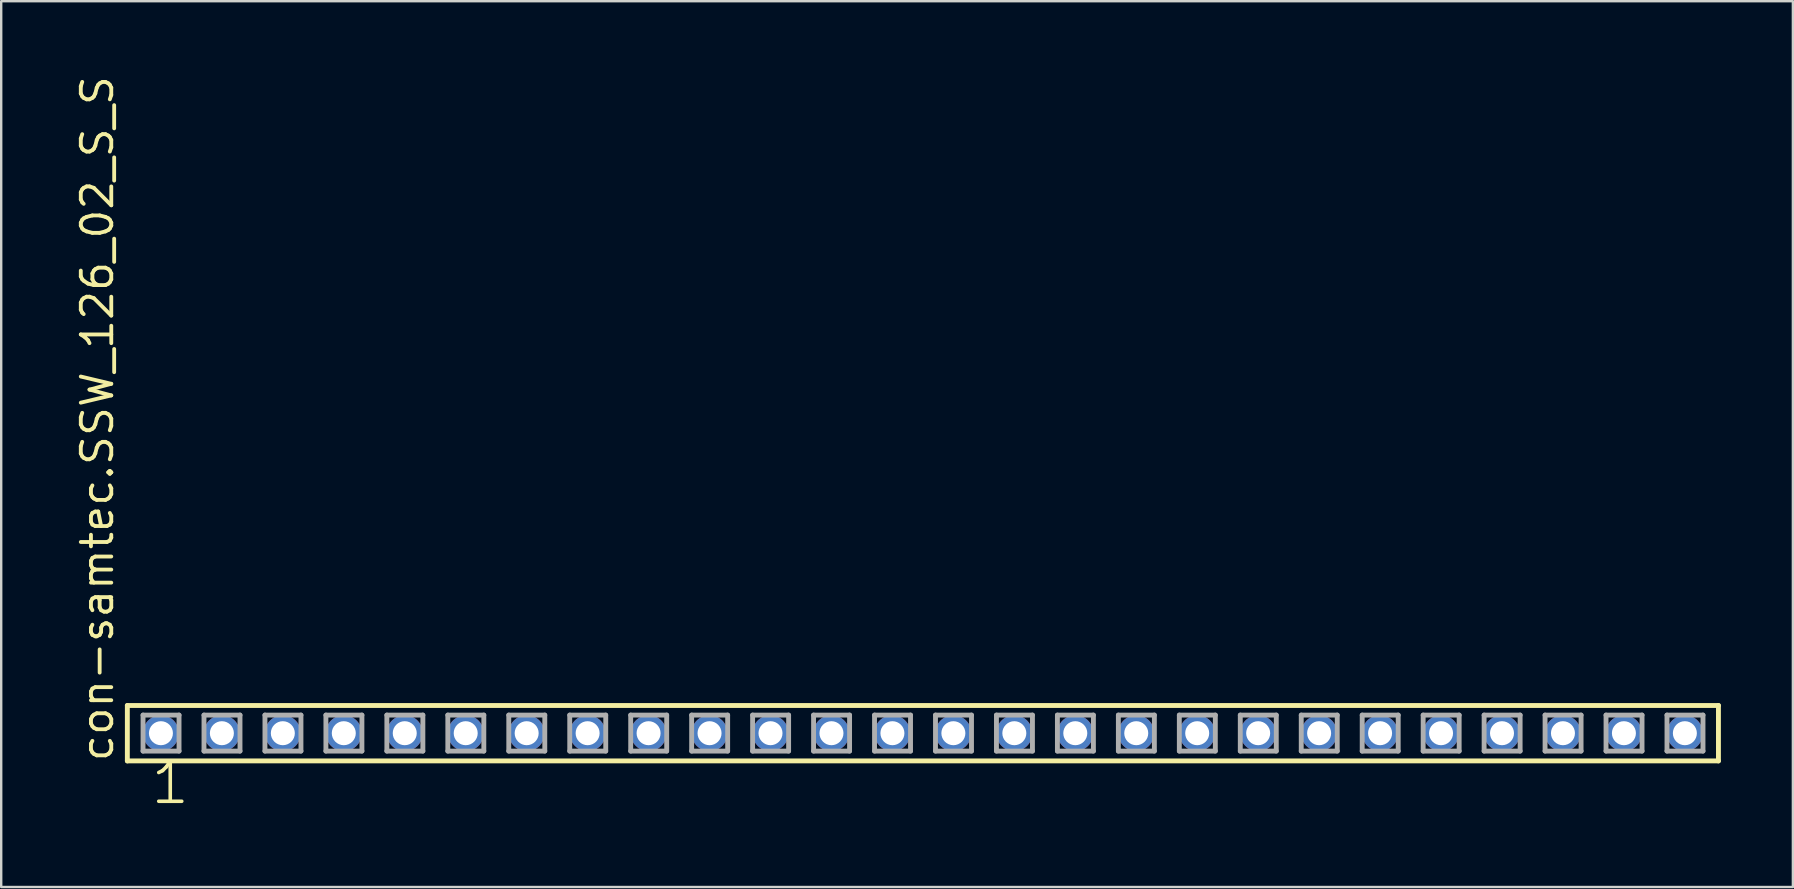
<source format=kicad_pcb>
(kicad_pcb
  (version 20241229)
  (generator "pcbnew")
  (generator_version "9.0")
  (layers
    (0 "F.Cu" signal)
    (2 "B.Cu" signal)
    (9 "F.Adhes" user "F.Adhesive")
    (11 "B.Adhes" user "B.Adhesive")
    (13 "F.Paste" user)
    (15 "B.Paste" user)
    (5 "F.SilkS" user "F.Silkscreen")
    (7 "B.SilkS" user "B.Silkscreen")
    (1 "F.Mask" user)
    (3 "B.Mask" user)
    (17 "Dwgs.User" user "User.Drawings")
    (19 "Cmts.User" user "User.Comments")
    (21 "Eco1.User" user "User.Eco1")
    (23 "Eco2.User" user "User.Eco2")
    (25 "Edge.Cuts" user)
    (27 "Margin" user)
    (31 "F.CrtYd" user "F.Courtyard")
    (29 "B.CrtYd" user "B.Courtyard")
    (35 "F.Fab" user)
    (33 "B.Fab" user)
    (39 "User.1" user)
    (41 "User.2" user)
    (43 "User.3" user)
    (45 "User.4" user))
  (footprint "con-samtec.SSW_126_02_S_S"
    (layer "F.Cu")
    (at 35.405 27.501)
    (property "Reference" "con-samtec.SSW_126_02_S_S" (at -33.655 1.27 90) (layer "F.SilkS") (effects (font (size 1.27 1.27) (thickness 0.16)) (justify left bottom)))
    (attr through_hole)
    (fp_line (start -33.149 -1.155) (end 33.149 -1.155) (stroke (width 0.203) (type default)) (layer "F.SilkS"))
    (fp_line (start -33.149 1.155) (end -33.149 -1.155) (stroke (width 0.203) (type default)) (layer "F.SilkS"))
    (fp_line (start 33.149 -1.155) (end 33.149 1.155) (stroke (width 0.203) (type default)) (layer "F.SilkS"))
    (fp_line (start 33.149 1.155) (end -33.149 1.155) (stroke (width 0.203) (type default)) (layer "F.SilkS"))
    (fp_line (start -32.495 -0.755) (end -30.995 -0.755) (stroke (width 0.203) (type default)) (layer "F.Fab"))
    (fp_line (start -32.495 0.745) (end -32.495 -0.755) (stroke (width 0.203) (type default)) (layer "F.Fab"))
    (fp_line (start -30.995 -0.755) (end -30.995 0.745) (stroke (width 0.203) (type default)) (layer "F.Fab"))
    (fp_line (start -30.995 0.745) (end -32.495 0.745) (stroke (width 0.203) (type default)) (layer "F.Fab"))
    (fp_line (start -29.955 -0.755) (end -28.455 -0.755) (stroke (width 0.203) (type default)) (layer "F.Fab"))
    (fp_line (start -29.955 0.745) (end -29.955 -0.755) (stroke (width 0.203) (type default)) (layer "F.Fab"))
    (fp_line (start -28.455 -0.755) (end -28.455 0.745) (stroke (width 0.203) (type default)) (layer "F.Fab"))
    (fp_line (start -28.455 0.745) (end -29.955 0.745) (stroke (width 0.203) (type default)) (layer "F.Fab"))
    (fp_line (start -27.415 -0.755) (end -25.915 -0.755) (stroke (width 0.203) (type default)) (layer "F.Fab"))
    (fp_line (start -27.415 0.745) (end -27.415 -0.755) (stroke (width 0.203) (type default)) (layer "F.Fab"))
    (fp_line (start -25.915 -0.755) (end -25.915 0.745) (stroke (width 0.203) (type default)) (layer "F.Fab"))
    (fp_line (start -25.915 0.745) (end -27.415 0.745) (stroke (width 0.203) (type default)) (layer "F.Fab"))
    (fp_line (start -24.875 -0.755) (end -23.375 -0.755) (stroke (width 0.203) (type default)) (layer "F.Fab"))
    (fp_line (start -24.875 0.745) (end -24.875 -0.755) (stroke (width 0.203) (type default)) (layer "F.Fab"))
    (fp_line (start -23.375 -0.755) (end -23.375 0.745) (stroke (width 0.203) (type default)) (layer "F.Fab"))
    (fp_line (start -23.375 0.745) (end -24.875 0.745) (stroke (width 0.203) (type default)) (layer "F.Fab"))
    (fp_line (start -22.335 -0.755) (end -20.835 -0.755) (stroke (width 0.203) (type default)) (layer "F.Fab"))
    (fp_line (start -22.335 0.745) (end -22.335 -0.755) (stroke (width 0.203) (type default)) (layer "F.Fab"))
    (fp_line (start -20.835 -0.755) (end -20.835 0.745) (stroke (width 0.203) (type default)) (layer "F.Fab"))
    (fp_line (start -20.835 0.745) (end -22.335 0.745) (stroke (width 0.203) (type default)) (layer "F.Fab"))
    (fp_line (start -19.795 -0.755) (end -18.295 -0.755) (stroke (width 0.203) (type default)) (layer "F.Fab"))
    (fp_line (start -19.795 0.745) (end -19.795 -0.755) (stroke (width 0.203) (type default)) (layer "F.Fab"))
    (fp_line (start -18.295 -0.755) (end -18.295 0.745) (stroke (width 0.203) (type default)) (layer "F.Fab"))
    (fp_line (start -18.295 0.745) (end -19.795 0.745) (stroke (width 0.203) (type default)) (layer "F.Fab"))
    (fp_line (start -17.255 -0.755) (end -15.755 -0.755) (stroke (width 0.203) (type default)) (layer "F.Fab"))
    (fp_line (start -17.255 0.745) (end -17.255 -0.755) (stroke (width 0.203) (type default)) (layer "F.Fab"))
    (fp_line (start -15.755 -0.755) (end -15.755 0.745) (stroke (width 0.203) (type default)) (layer "F.Fab"))
    (fp_line (start -15.755 0.745) (end -17.255 0.745) (stroke (width 0.203) (type default)) (layer "F.Fab"))
    (fp_line (start -14.715 -0.755) (end -13.215 -0.755) (stroke (width 0.203) (type default)) (layer "F.Fab"))
    (fp_line (start -14.715 0.745) (end -14.715 -0.755) (stroke (width 0.203) (type default)) (layer "F.Fab"))
    (fp_line (start -13.215 -0.755) (end -13.215 0.745) (stroke (width 0.203) (type default)) (layer "F.Fab"))
    (fp_line (start -13.215 0.745) (end -14.715 0.745) (stroke (width 0.203) (type default)) (layer "F.Fab"))
    (fp_line (start -12.175 -0.755) (end -10.675 -0.755) (stroke (width 0.203) (type default)) (layer "F.Fab"))
    (fp_line (start -12.175 0.745) (end -12.175 -0.755) (stroke (width 0.203) (type default)) (layer "F.Fab"))
    (fp_line (start -10.675 -0.755) (end -10.675 0.745) (stroke (width 0.203) (type default)) (layer "F.Fab"))
    (fp_line (start -10.675 0.745) (end -12.175 0.745) (stroke (width 0.203) (type default)) (layer "F.Fab"))
    (fp_line (start -9.635 -0.755) (end -8.135 -0.755) (stroke (width 0.203) (type default)) (layer "F.Fab"))
    (fp_line (start -9.635 0.745) (end -9.635 -0.755) (stroke (width 0.203) (type default)) (layer "F.Fab"))
    (fp_line (start -8.135 -0.755) (end -8.135 0.745) (stroke (width 0.203) (type default)) (layer "F.Fab"))
    (fp_line (start -8.135 0.745) (end -9.635 0.745) (stroke (width 0.203) (type default)) (layer "F.Fab"))
    (fp_line (start -7.095 -0.755) (end -5.595 -0.755) (stroke (width 0.203) (type default)) (layer "F.Fab"))
    (fp_line (start -7.095 0.745) (end -7.095 -0.755) (stroke (width 0.203) (type default)) (layer "F.Fab"))
    (fp_line (start -5.595 -0.755) (end -5.595 0.745) (stroke (width 0.203) (type default)) (layer "F.Fab"))
    (fp_line (start -5.595 0.745) (end -7.095 0.745) (stroke (width 0.203) (type default)) (layer "F.Fab"))
    (fp_line (start -4.555 -0.755) (end -3.055 -0.755) (stroke (width 0.203) (type default)) (layer "F.Fab"))
    (fp_line (start -4.555 0.745) (end -4.555 -0.755) (stroke (width 0.203) (type default)) (layer "F.Fab"))
    (fp_line (start -3.055 -0.755) (end -3.055 0.745) (stroke (width 0.203) (type default)) (layer "F.Fab"))
    (fp_line (start -3.055 0.745) (end -4.555 0.745) (stroke (width 0.203) (type default)) (layer "F.Fab"))
    (fp_line (start -2.015 -0.755) (end -0.515 -0.755) (stroke (width 0.203) (type default)) (layer "F.Fab"))
    (fp_line (start -2.015 0.745) (end -2.015 -0.755) (stroke (width 0.203) (type default)) (layer "F.Fab"))
    (fp_line (start -0.515 -0.755) (end -0.515 0.745) (stroke (width 0.203) (type default)) (layer "F.Fab"))
    (fp_line (start -0.515 0.745) (end -2.015 0.745) (stroke (width 0.203) (type default)) (layer "F.Fab"))
    (fp_line (start 0.525 -0.755) (end 2.025 -0.755) (stroke (width 0.203) (type default)) (layer "F.Fab"))
    (fp_line (start 0.525 0.745) (end 0.525 -0.755) (stroke (width 0.203) (type default)) (layer "F.Fab"))
    (fp_line (start 2.025 -0.755) (end 2.025 0.745) (stroke (width 0.203) (type default)) (layer "F.Fab"))
    (fp_line (start 2.025 0.745) (end 0.525 0.745) (stroke (width 0.203) (type default)) (layer "F.Fab"))
    (fp_line (start 3.065 -0.755) (end 4.565 -0.755) (stroke (width 0.203) (type default)) (layer "F.Fab"))
    (fp_line (start 3.065 0.745) (end 3.065 -0.755) (stroke (width 0.203) (type default)) (layer "F.Fab"))
    (fp_line (start 4.565 -0.755) (end 4.565 0.745) (stroke (width 0.203) (type default)) (layer "F.Fab"))
    (fp_line (start 4.565 0.745) (end 3.065 0.745) (stroke (width 0.203) (type default)) (layer "F.Fab"))
    (fp_line (start 5.605 -0.755) (end 7.105 -0.755) (stroke (width 0.203) (type default)) (layer "F.Fab"))
    (fp_line (start 5.605 0.745) (end 5.605 -0.755) (stroke (width 0.203) (type default)) (layer "F.Fab"))
    (fp_line (start 7.105 -0.755) (end 7.105 0.745) (stroke (width 0.203) (type default)) (layer "F.Fab"))
    (fp_line (start 7.105 0.745) (end 5.605 0.745) (stroke (width 0.203) (type default)) (layer "F.Fab"))
    (fp_line (start 8.145 -0.755) (end 9.645 -0.755) (stroke (width 0.203) (type default)) (layer "F.Fab"))
    (fp_line (start 8.145 0.745) (end 8.145 -0.755) (stroke (width 0.203) (type default)) (layer "F.Fab"))
    (fp_line (start 9.645 -0.755) (end 9.645 0.745) (stroke (width 0.203) (type default)) (layer "F.Fab"))
    (fp_line (start 9.645 0.745) (end 8.145 0.745) (stroke (width 0.203) (type default)) (layer "F.Fab"))
    (fp_line (start 10.685 -0.755) (end 12.185 -0.755) (stroke (width 0.203) (type default)) (layer "F.Fab"))
    (fp_line (start 10.685 0.745) (end 10.685 -0.755) (stroke (width 0.203) (type default)) (layer "F.Fab"))
    (fp_line (start 12.185 -0.755) (end 12.185 0.745) (stroke (width 0.203) (type default)) (layer "F.Fab"))
    (fp_line (start 12.185 0.745) (end 10.685 0.745) (stroke (width 0.203) (type default)) (layer "F.Fab"))
    (fp_line (start 13.225 -0.755) (end 14.725 -0.755) (stroke (width 0.203) (type default)) (layer "F.Fab"))
    (fp_line (start 13.225 0.745) (end 13.225 -0.755) (stroke (width 0.203) (type default)) (layer "F.Fab"))
    (fp_line (start 14.725 -0.755) (end 14.725 0.745) (stroke (width 0.203) (type default)) (layer "F.Fab"))
    (fp_line (start 14.725 0.745) (end 13.225 0.745) (stroke (width 0.203) (type default)) (layer "F.Fab"))
    (fp_line (start 15.765 -0.755) (end 17.265 -0.755) (stroke (width 0.203) (type default)) (layer "F.Fab"))
    (fp_line (start 15.765 0.745) (end 15.765 -0.755) (stroke (width 0.203) (type default)) (layer "F.Fab"))
    (fp_line (start 17.265 -0.755) (end 17.265 0.745) (stroke (width 0.203) (type default)) (layer "F.Fab"))
    (fp_line (start 17.265 0.745) (end 15.765 0.745) (stroke (width 0.203) (type default)) (layer "F.Fab"))
    (fp_line (start 18.305 -0.755) (end 19.805 -0.755) (stroke (width 0.203) (type default)) (layer "F.Fab"))
    (fp_line (start 18.305 0.745) (end 18.305 -0.755) (stroke (width 0.203) (type default)) (layer "F.Fab"))
    (fp_line (start 19.805 -0.755) (end 19.805 0.745) (stroke (width 0.203) (type default)) (layer "F.Fab"))
    (fp_line (start 19.805 0.745) (end 18.305 0.745) (stroke (width 0.203) (type default)) (layer "F.Fab"))
    (fp_line (start 20.845 -0.755) (end 22.345 -0.755) (stroke (width 0.203) (type default)) (layer "F.Fab"))
    (fp_line (start 20.845 0.745) (end 20.845 -0.755) (stroke (width 0.203) (type default)) (layer "F.Fab"))
    (fp_line (start 22.345 -0.755) (end 22.345 0.745) (stroke (width 0.203) (type default)) (layer "F.Fab"))
    (fp_line (start 22.345 0.745) (end 20.845 0.745) (stroke (width 0.203) (type default)) (layer "F.Fab"))
    (fp_line (start 23.385 -0.755) (end 24.885 -0.755) (stroke (width 0.203) (type default)) (layer "F.Fab"))
    (fp_line (start 23.385 0.745) (end 23.385 -0.755) (stroke (width 0.203) (type default)) (layer "F.Fab"))
    (fp_line (start 24.885 -0.755) (end 24.885 0.745) (stroke (width 0.203) (type default)) (layer "F.Fab"))
    (fp_line (start 24.885 0.745) (end 23.385 0.745) (stroke (width 0.203) (type default)) (layer "F.Fab"))
    (fp_line (start 25.925 -0.755) (end 27.425 -0.755) (stroke (width 0.203) (type default)) (layer "F.Fab"))
    (fp_line (start 25.925 0.745) (end 25.925 -0.755) (stroke (width 0.203) (type default)) (layer "F.Fab"))
    (fp_line (start 27.425 -0.755) (end 27.425 0.745) (stroke (width 0.203) (type default)) (layer "F.Fab"))
    (fp_line (start 27.425 0.745) (end 25.925 0.745) (stroke (width 0.203) (type default)) (layer "F.Fab"))
    (fp_line (start 28.465 -0.755) (end 29.965 -0.755) (stroke (width 0.203) (type default)) (layer "F.Fab"))
    (fp_line (start 28.465 0.745) (end 28.465 -0.755) (stroke (width 0.203) (type default)) (layer "F.Fab"))
    (fp_line (start 29.965 -0.755) (end 29.965 0.745) (stroke (width 0.203) (type default)) (layer "F.Fab"))
    (fp_line (start 29.965 0.745) (end 28.465 0.745) (stroke (width 0.203) (type default)) (layer "F.Fab"))
    (fp_line (start 31.005 -0.755) (end 32.505 -0.755) (stroke (width 0.203) (type default)) (layer "F.Fab"))
    (fp_line (start 31.005 0.745) (end 31.005 -0.755) (stroke (width 0.203) (type default)) (layer "F.Fab"))
    (fp_line (start 32.505 -0.755) (end 32.505 0.745) (stroke (width 0.203) (type default)) (layer "F.Fab"))
    (fp_line (start 32.505 0.745) (end 31.005 0.745) (stroke (width 0.203) (type default)) (layer "F.Fab"))
    (fp_text user "1" (at -32.258 3.048 0) (layer "F.SilkS") (effects (font (size 1.676 1.676) (thickness 0.15)) (justify left bottom)))
    (pad "1" thru_hole circle (at -31.75 0) (size 1.5 1.5) (drill 1) (layers "*.Cu" "*.Mask"))
    (pad "2" thru_hole circle (at -29.21 0) (size 1.5 1.5) (drill 1) (layers "*.Cu" "*.Mask"))
    (pad "3" thru_hole circle (at -26.67 0) (size 1.5 1.5) (drill 1) (layers "*.Cu" "*.Mask"))
    (pad "4" thru_hole circle (at -24.13 0) (size 1.5 1.5) (drill 1) (layers "*.Cu" "*.Mask"))
    (pad "5" thru_hole circle (at -21.59 0) (size 1.5 1.5) (drill 1) (layers "*.Cu" "*.Mask"))
    (pad "6" thru_hole circle (at -19.05 0) (size 1.5 1.5) (drill 1) (layers "*.Cu" "*.Mask"))
    (pad "7" thru_hole circle (at -16.51 0) (size 1.5 1.5) (drill 1) (layers "*.Cu" "*.Mask"))
    (pad "8" thru_hole circle (at -13.97 0) (size 1.5 1.5) (drill 1) (layers "*.Cu" "*.Mask"))
    (pad "9" thru_hole circle (at -11.43 0) (size 1.5 1.5) (drill 1) (layers "*.Cu" "*.Mask"))
    (pad "10" thru_hole circle (at -8.89 0) (size 1.5 1.5) (drill 1) (layers "*.Cu" "*.Mask"))
    (pad "11" thru_hole circle (at -6.35 0) (size 1.5 1.5) (drill 1) (layers "*.Cu" "*.Mask"))
    (pad "12" thru_hole circle (at -3.81 0) (size 1.5 1.5) (drill 1) (layers "*.Cu" "*.Mask"))
    (pad "13" thru_hole circle (at -1.27 0) (size 1.5 1.5) (drill 1) (layers "*.Cu" "*.Mask"))
    (pad "14" thru_hole circle (at 1.27 0) (size 1.5 1.5) (drill 1) (layers "*.Cu" "*.Mask"))
    (pad "15" thru_hole circle (at 3.81 0) (size 1.5 1.5) (drill 1) (layers "*.Cu" "*.Mask"))
    (pad "16" thru_hole circle (at 6.35 0) (size 1.5 1.5) (drill 1) (layers "*.Cu" "*.Mask"))
    (pad "17" thru_hole circle (at 8.89 0) (size 1.5 1.5) (drill 1) (layers "*.Cu" "*.Mask"))
    (pad "18" thru_hole circle (at 11.43 0) (size 1.5 1.5) (drill 1) (layers "*.Cu" "*.Mask"))
    (pad "19" thru_hole circle (at 13.97 0) (size 1.5 1.5) (drill 1) (layers "*.Cu" "*.Mask"))
    (pad "20" thru_hole circle (at 16.51 0) (size 1.5 1.5) (drill 1) (layers "*.Cu" "*.Mask"))
    (pad "21" thru_hole circle (at 19.05 0) (size 1.5 1.5) (drill 1) (layers "*.Cu" "*.Mask"))
    (pad "22" thru_hole circle (at 21.59 0) (size 1.5 1.5) (drill 1) (layers "*.Cu" "*.Mask"))
    (pad "23" thru_hole circle (at 24.13 0) (size 1.5 1.5) (drill 1) (layers "*.Cu" "*.Mask"))
    (pad "24" thru_hole circle (at 26.67 0) (size 1.5 1.5) (drill 1) (layers "*.Cu" "*.Mask"))
    (pad "25" thru_hole circle (at 29.21 0) (size 1.5 1.5) (drill 1) (layers "*.Cu" "*.Mask"))
    (pad "26" thru_hole circle (at 31.75 0) (size 1.5 1.5) (drill 1) (layers "*.Cu" "*.Mask")))
  (gr_rect
    (start -3 -3)
    (end 71.656 33.91)
    (stroke (width 0.1) (type default))
    (fill no)
    (layer "Edge.Cuts")))
</source>
